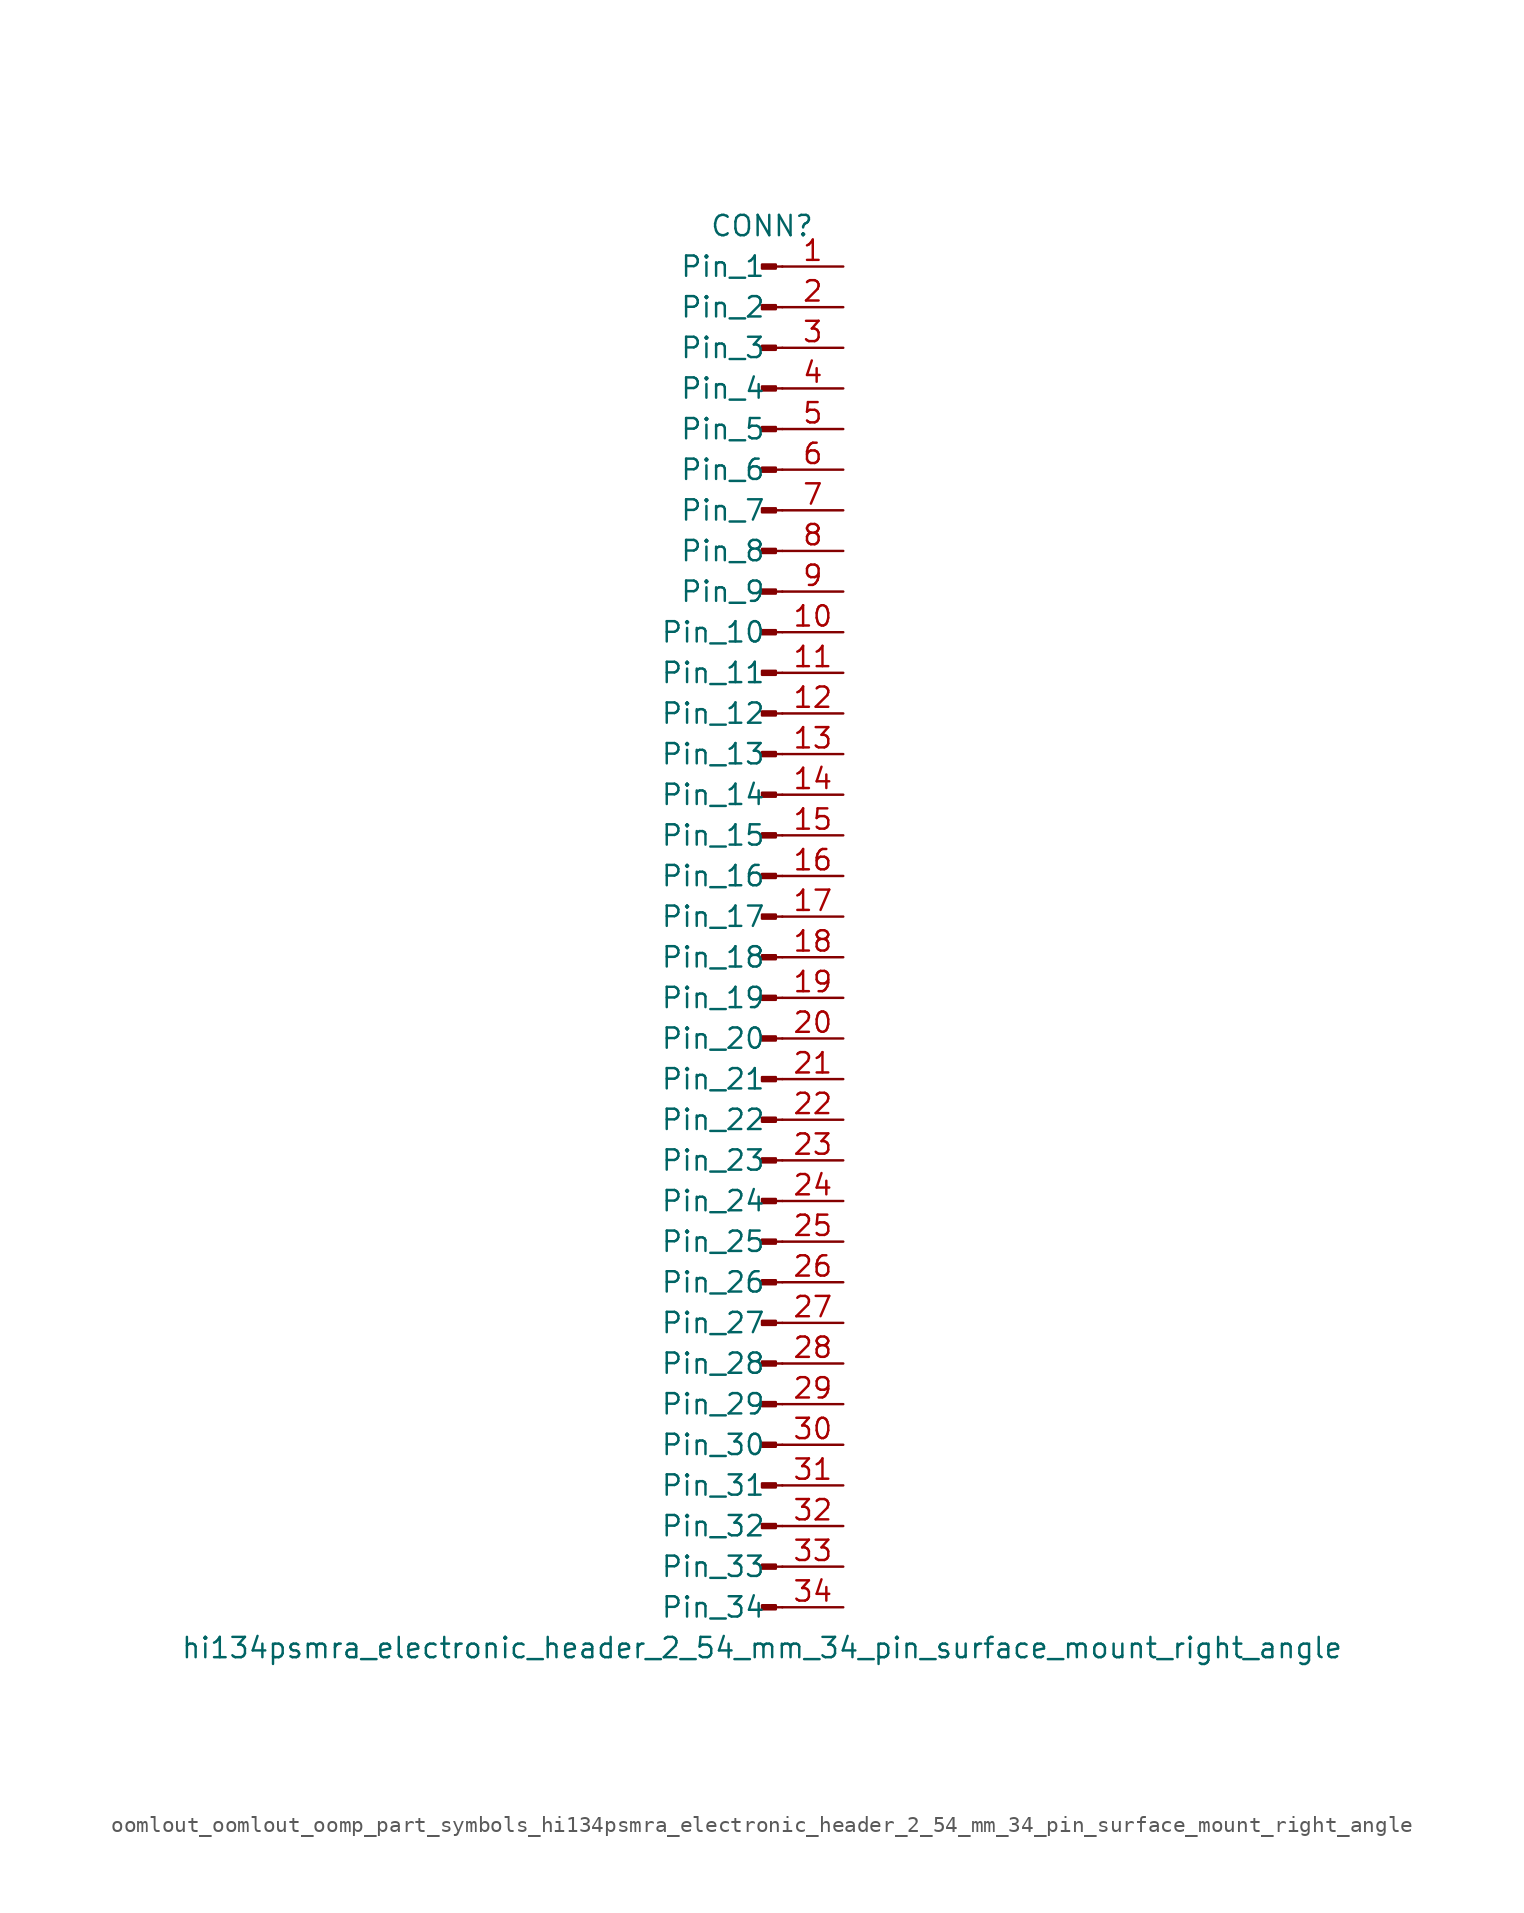
<source format=kicad_sym>
(kicad_symbol_lib
  (version 20220914)
  (generator kicad_symbol_editor)
  (symbol "oomlout_oomlout_oomp_part_symbols_hi134psmra_electronic_header_2_54_mm_34_pin_surface_mount_right_angle"
    (pin_names
      (offset 1.016))
    (property "Reference" "CONN"
      (at 0 43.18 0)
      (effects (font (size 1.27 1.27))))
    (property "Value" "hi134psmra_electronic_header_2_54_mm_34_pin_surface_mount_right_angle"
      (at 0 -45.72 0)
      (effects (font (size 1.27 1.27))))
    (property "ki_locked" ""
      (at 0 0 0)
      (effects (font (size 1.27 1.27))))
    (symbol "oomlout_oomlout_oomp_part_symbols_hi134psmra_electronic_header_2_54_mm_34_pin_surface_mount_right_angle_1_1"
      (polyline (pts (xy 1.27 -43.18) (xy 0.864 -43.18)) (stroke (width 0.152) (type default)) (fill (type none)))
      (polyline (pts (xy 1.27 -40.64) (xy 0.864 -40.64)) (stroke (width 0.152) (type default)) (fill (type none)))
      (polyline (pts (xy 1.27 -38.1) (xy 0.864 -38.1)) (stroke (width 0.152) (type default)) (fill (type none)))
      (polyline (pts (xy 1.27 -35.56) (xy 0.864 -35.56)) (stroke (width 0.152) (type default)) (fill (type none)))
      (polyline (pts (xy 1.27 -33.02) (xy 0.864 -33.02)) (stroke (width 0.152) (type default)) (fill (type none)))
      (polyline (pts (xy 1.27 -30.48) (xy 0.864 -30.48)) (stroke (width 0.152) (type default)) (fill (type none)))
      (polyline (pts (xy 1.27 -27.94) (xy 0.864 -27.94)) (stroke (width 0.152) (type default)) (fill (type none)))
      (polyline (pts (xy 1.27 -25.4) (xy 0.864 -25.4)) (stroke (width 0.152) (type default)) (fill (type none)))
      (polyline (pts (xy 1.27 -22.86) (xy 0.864 -22.86)) (stroke (width 0.152) (type default)) (fill (type none)))
      (polyline (pts (xy 1.27 -20.32) (xy 0.864 -20.32)) (stroke (width 0.152) (type default)) (fill (type none)))
      (polyline (pts (xy 1.27 -17.78) (xy 0.864 -17.78)) (stroke (width 0.152) (type default)) (fill (type none)))
      (polyline (pts (xy 1.27 -15.24) (xy 0.864 -15.24)) (stroke (width 0.152) (type default)) (fill (type none)))
      (polyline (pts (xy 1.27 -12.7) (xy 0.864 -12.7)) (stroke (width 0.152) (type default)) (fill (type none)))
      (polyline (pts (xy 1.27 -10.16) (xy 0.864 -10.16)) (stroke (width 0.152) (type default)) (fill (type none)))
      (polyline (pts (xy 1.27 -7.62) (xy 0.864 -7.62)) (stroke (width 0.152) (type default)) (fill (type none)))
      (polyline (pts (xy 1.27 -5.08) (xy 0.864 -5.08)) (stroke (width 0.152) (type default)) (fill (type none)))
      (polyline (pts (xy 1.27 -2.54) (xy 0.864 -2.54)) (stroke (width 0.152) (type default)) (fill (type none)))
      (polyline (pts (xy 1.27 0) (xy 0.864 0)) (stroke (width 0.152) (type default)) (fill (type none)))
      (polyline (pts (xy 1.27 2.54) (xy 0.864 2.54)) (stroke (width 0.152) (type default)) (fill (type none)))
      (polyline (pts (xy 1.27 5.08) (xy 0.864 5.08)) (stroke (width 0.152) (type default)) (fill (type none)))
      (polyline (pts (xy 1.27 7.62) (xy 0.864 7.62)) (stroke (width 0.152) (type default)) (fill (type none)))
      (polyline (pts (xy 1.27 10.16) (xy 0.864 10.16)) (stroke (width 0.152) (type default)) (fill (type none)))
      (polyline (pts (xy 1.27 12.7) (xy 0.864 12.7)) (stroke (width 0.152) (type default)) (fill (type none)))
      (polyline (pts (xy 1.27 15.24) (xy 0.864 15.24)) (stroke (width 0.152) (type default)) (fill (type none)))
      (polyline (pts (xy 1.27 17.78) (xy 0.864 17.78)) (stroke (width 0.152) (type default)) (fill (type none)))
      (polyline (pts (xy 1.27 20.32) (xy 0.864 20.32)) (stroke (width 0.152) (type default)) (fill (type none)))
      (polyline (pts (xy 1.27 22.86) (xy 0.864 22.86)) (stroke (width 0.152) (type default)) (fill (type none)))
      (polyline (pts (xy 1.27 25.4) (xy 0.864 25.4)) (stroke (width 0.152) (type default)) (fill (type none)))
      (polyline (pts (xy 1.27 27.94) (xy 0.864 27.94)) (stroke (width 0.152) (type default)) (fill (type none)))
      (polyline (pts (xy 1.27 30.48) (xy 0.864 30.48)) (stroke (width 0.152) (type default)) (fill (type none)))
      (polyline (pts (xy 1.27 33.02) (xy 0.864 33.02)) (stroke (width 0.152) (type default)) (fill (type none)))
      (polyline (pts (xy 1.27 35.56) (xy 0.864 35.56)) (stroke (width 0.152) (type default)) (fill (type none)))
      (polyline (pts (xy 1.27 38.1) (xy 0.864 38.1)) (stroke (width 0.152) (type default)) (fill (type none)))
      (polyline (pts (xy 1.27 40.64) (xy 0.864 40.64)) (stroke (width 0.152) (type default)) (fill (type none)))
      (rectangle (start 0.864 -43.053) (end 0 -43.307) (stroke (width 0.152) (type default)) (fill (type outline)))
      (rectangle (start 0.864 -40.513) (end 0 -40.767) (stroke (width 0.152) (type default)) (fill (type outline)))
      (rectangle (start 0.864 -37.973) (end 0 -38.227) (stroke (width 0.152) (type default)) (fill (type outline)))
      (rectangle (start 0.864 -35.433) (end 0 -35.687) (stroke (width 0.152) (type default)) (fill (type outline)))
      (rectangle (start 0.864 -32.893) (end 0 -33.147) (stroke (width 0.152) (type default)) (fill (type outline)))
      (rectangle (start 0.864 -30.353) (end 0 -30.607) (stroke (width 0.152) (type default)) (fill (type outline)))
      (rectangle (start 0.864 -27.813) (end 0 -28.067) (stroke (width 0.152) (type default)) (fill (type outline)))
      (rectangle (start 0.864 -25.273) (end 0 -25.527) (stroke (width 0.152) (type default)) (fill (type outline)))
      (rectangle (start 0.864 -22.733) (end 0 -22.987) (stroke (width 0.152) (type default)) (fill (type outline)))
      (rectangle (start 0.864 -20.193) (end 0 -20.447) (stroke (width 0.152) (type default)) (fill (type outline)))
      (rectangle (start 0.864 -17.653) (end 0 -17.907) (stroke (width 0.152) (type default)) (fill (type outline)))
      (rectangle (start 0.864 -15.113) (end 0 -15.367) (stroke (width 0.152) (type default)) (fill (type outline)))
      (rectangle (start 0.864 -12.573) (end 0 -12.827) (stroke (width 0.152) (type default)) (fill (type outline)))
      (rectangle (start 0.864 -10.033) (end 0 -10.287) (stroke (width 0.152) (type default)) (fill (type outline)))
      (rectangle (start 0.864 -7.493) (end 0 -7.747) (stroke (width 0.152) (type default)) (fill (type outline)))
      (rectangle (start 0.864 -4.953) (end 0 -5.207) (stroke (width 0.152) (type default)) (fill (type outline)))
      (rectangle (start 0.864 -2.413) (end 0 -2.667) (stroke (width 0.152) (type default)) (fill (type outline)))
      (rectangle (start 0.864 0.127) (end 0 -0.127) (stroke (width 0.152) (type default)) (fill (type outline)))
      (rectangle (start 0.864 2.667) (end 0 2.413) (stroke (width 0.152) (type default)) (fill (type outline)))
      (rectangle (start 0.864 5.207) (end 0 4.953) (stroke (width 0.152) (type default)) (fill (type outline)))
      (rectangle (start 0.864 7.747) (end 0 7.493) (stroke (width 0.152) (type default)) (fill (type outline)))
      (rectangle (start 0.864 10.287) (end 0 10.033) (stroke (width 0.152) (type default)) (fill (type outline)))
      (rectangle (start 0.864 12.827) (end 0 12.573) (stroke (width 0.152) (type default)) (fill (type outline)))
      (rectangle (start 0.864 15.367) (end 0 15.113) (stroke (width 0.152) (type default)) (fill (type outline)))
      (rectangle (start 0.864 17.907) (end 0 17.653) (stroke (width 0.152) (type default)) (fill (type outline)))
      (rectangle (start 0.864 20.447) (end 0 20.193) (stroke (width 0.152) (type default)) (fill (type outline)))
      (rectangle (start 0.864 22.987) (end 0 22.733) (stroke (width 0.152) (type default)) (fill (type outline)))
      (rectangle (start 0.864 25.527) (end 0 25.273) (stroke (width 0.152) (type default)) (fill (type outline)))
      (rectangle (start 0.864 28.067) (end 0 27.813) (stroke (width 0.152) (type default)) (fill (type outline)))
      (rectangle (start 0.864 30.607) (end 0 30.353) (stroke (width 0.152) (type default)) (fill (type outline)))
      (rectangle (start 0.864 33.147) (end 0 32.893) (stroke (width 0.152) (type default)) (fill (type outline)))
      (rectangle (start 0.864 35.687) (end 0 35.433) (stroke (width 0.152) (type default)) (fill (type outline)))
      (rectangle (start 0.864 38.227) (end 0 37.973) (stroke (width 0.152) (type default)) (fill (type outline)))
      (rectangle (start 0.864 40.767) (end 0 40.513) (stroke (width 0.152) (type default)) (fill (type outline)))
      (pin passive line (at 5.08 40.64 180) (length 3.81) (name "Pin_1" (effects (font (size 1.27 1.27)))) (number "1" (effects (font (size 1.27 1.27)))))
      (pin passive line (at 5.08 17.78 180) (length 3.81) (name "Pin_10" (effects (font (size 1.27 1.27)))) (number "10" (effects (font (size 1.27 1.27)))))
      (pin passive line (at 5.08 15.24 180) (length 3.81) (name "Pin_11" (effects (font (size 1.27 1.27)))) (number "11" (effects (font (size 1.27 1.27)))))
      (pin passive line (at 5.08 12.7 180) (length 3.81) (name "Pin_12" (effects (font (size 1.27 1.27)))) (number "12" (effects (font (size 1.27 1.27)))))
      (pin passive line (at 5.08 10.16 180) (length 3.81) (name "Pin_13" (effects (font (size 1.27 1.27)))) (number "13" (effects (font (size 1.27 1.27)))))
      (pin passive line (at 5.08 7.62 180) (length 3.81) (name "Pin_14" (effects (font (size 1.27 1.27)))) (number "14" (effects (font (size 1.27 1.27)))))
      (pin passive line (at 5.08 5.08 180) (length 3.81) (name "Pin_15" (effects (font (size 1.27 1.27)))) (number "15" (effects (font (size 1.27 1.27)))))
      (pin passive line (at 5.08 2.54 180) (length 3.81) (name "Pin_16" (effects (font (size 1.27 1.27)))) (number "16" (effects (font (size 1.27 1.27)))))
      (pin passive line (at 5.08 0 180) (length 3.81) (name "Pin_17" (effects (font (size 1.27 1.27)))) (number "17" (effects (font (size 1.27 1.27)))))
      (pin passive line (at 5.08 -2.54 180) (length 3.81) (name "Pin_18" (effects (font (size 1.27 1.27)))) (number "18" (effects (font (size 1.27 1.27)))))
      (pin passive line (at 5.08 -5.08 180) (length 3.81) (name "Pin_19" (effects (font (size 1.27 1.27)))) (number "19" (effects (font (size 1.27 1.27)))))
      (pin passive line (at 5.08 38.1 180) (length 3.81) (name "Pin_2" (effects (font (size 1.27 1.27)))) (number "2" (effects (font (size 1.27 1.27)))))
      (pin passive line (at 5.08 -7.62 180) (length 3.81) (name "Pin_20" (effects (font (size 1.27 1.27)))) (number "20" (effects (font (size 1.27 1.27)))))
      (pin passive line (at 5.08 -10.16 180) (length 3.81) (name "Pin_21" (effects (font (size 1.27 1.27)))) (number "21" (effects (font (size 1.27 1.27)))))
      (pin passive line (at 5.08 -12.7 180) (length 3.81) (name "Pin_22" (effects (font (size 1.27 1.27)))) (number "22" (effects (font (size 1.27 1.27)))))
      (pin passive line (at 5.08 -15.24 180) (length 3.81) (name "Pin_23" (effects (font (size 1.27 1.27)))) (number "23" (effects (font (size 1.27 1.27)))))
      (pin passive line (at 5.08 -17.78 180) (length 3.81) (name "Pin_24" (effects (font (size 1.27 1.27)))) (number "24" (effects (font (size 1.27 1.27)))))
      (pin passive line (at 5.08 -20.32 180) (length 3.81) (name "Pin_25" (effects (font (size 1.27 1.27)))) (number "25" (effects (font (size 1.27 1.27)))))
      (pin passive line (at 5.08 -22.86 180) (length 3.81) (name "Pin_26" (effects (font (size 1.27 1.27)))) (number "26" (effects (font (size 1.27 1.27)))))
      (pin passive line (at 5.08 -25.4 180) (length 3.81) (name "Pin_27" (effects (font (size 1.27 1.27)))) (number "27" (effects (font (size 1.27 1.27)))))
      (pin passive line (at 5.08 -27.94 180) (length 3.81) (name "Pin_28" (effects (font (size 1.27 1.27)))) (number "28" (effects (font (size 1.27 1.27)))))
      (pin passive line (at 5.08 -30.48 180) (length 3.81) (name "Pin_29" (effects (font (size 1.27 1.27)))) (number "29" (effects (font (size 1.27 1.27)))))
      (pin passive line (at 5.08 35.56 180) (length 3.81) (name "Pin_3" (effects (font (size 1.27 1.27)))) (number "3" (effects (font (size 1.27 1.27)))))
      (pin passive line (at 5.08 -33.02 180) (length 3.81) (name "Pin_30" (effects (font (size 1.27 1.27)))) (number "30" (effects (font (size 1.27 1.27)))))
      (pin passive line (at 5.08 -35.56 180) (length 3.81) (name "Pin_31" (effects (font (size 1.27 1.27)))) (number "31" (effects (font (size 1.27 1.27)))))
      (pin passive line (at 5.08 -38.1 180) (length 3.81) (name "Pin_32" (effects (font (size 1.27 1.27)))) (number "32" (effects (font (size 1.27 1.27)))))
      (pin passive line (at 5.08 -40.64 180) (length 3.81) (name "Pin_33" (effects (font (size 1.27 1.27)))) (number "33" (effects (font (size 1.27 1.27)))))
      (pin passive line (at 5.08 -43.18 180) (length 3.81) (name "Pin_34" (effects (font (size 1.27 1.27)))) (number "34" (effects (font (size 1.27 1.27)))))
      (pin passive line (at 5.08 33.02 180) (length 3.81) (name "Pin_4" (effects (font (size 1.27 1.27)))) (number "4" (effects (font (size 1.27 1.27)))))
      (pin passive line (at 5.08 30.48 180) (length 3.81) (name "Pin_5" (effects (font (size 1.27 1.27)))) (number "5" (effects (font (size 1.27 1.27)))))
      (pin passive line (at 5.08 27.94 180) (length 3.81) (name "Pin_6" (effects (font (size 1.27 1.27)))) (number "6" (effects (font (size 1.27 1.27)))))
      (pin passive line (at 5.08 25.4 180) (length 3.81) (name "Pin_7" (effects (font (size 1.27 1.27)))) (number "7" (effects (font (size 1.27 1.27)))))
      (pin passive line (at 5.08 22.86 180) (length 3.81) (name "Pin_8" (effects (font (size 1.27 1.27)))) (number "8" (effects (font (size 1.27 1.27)))))
      (pin passive line (at 5.08 20.32 180) (length 3.81) (name "Pin_9" (effects (font (size 1.27 1.27)))) (number "9" (effects (font (size 1.27 1.27))))))))
</source>
